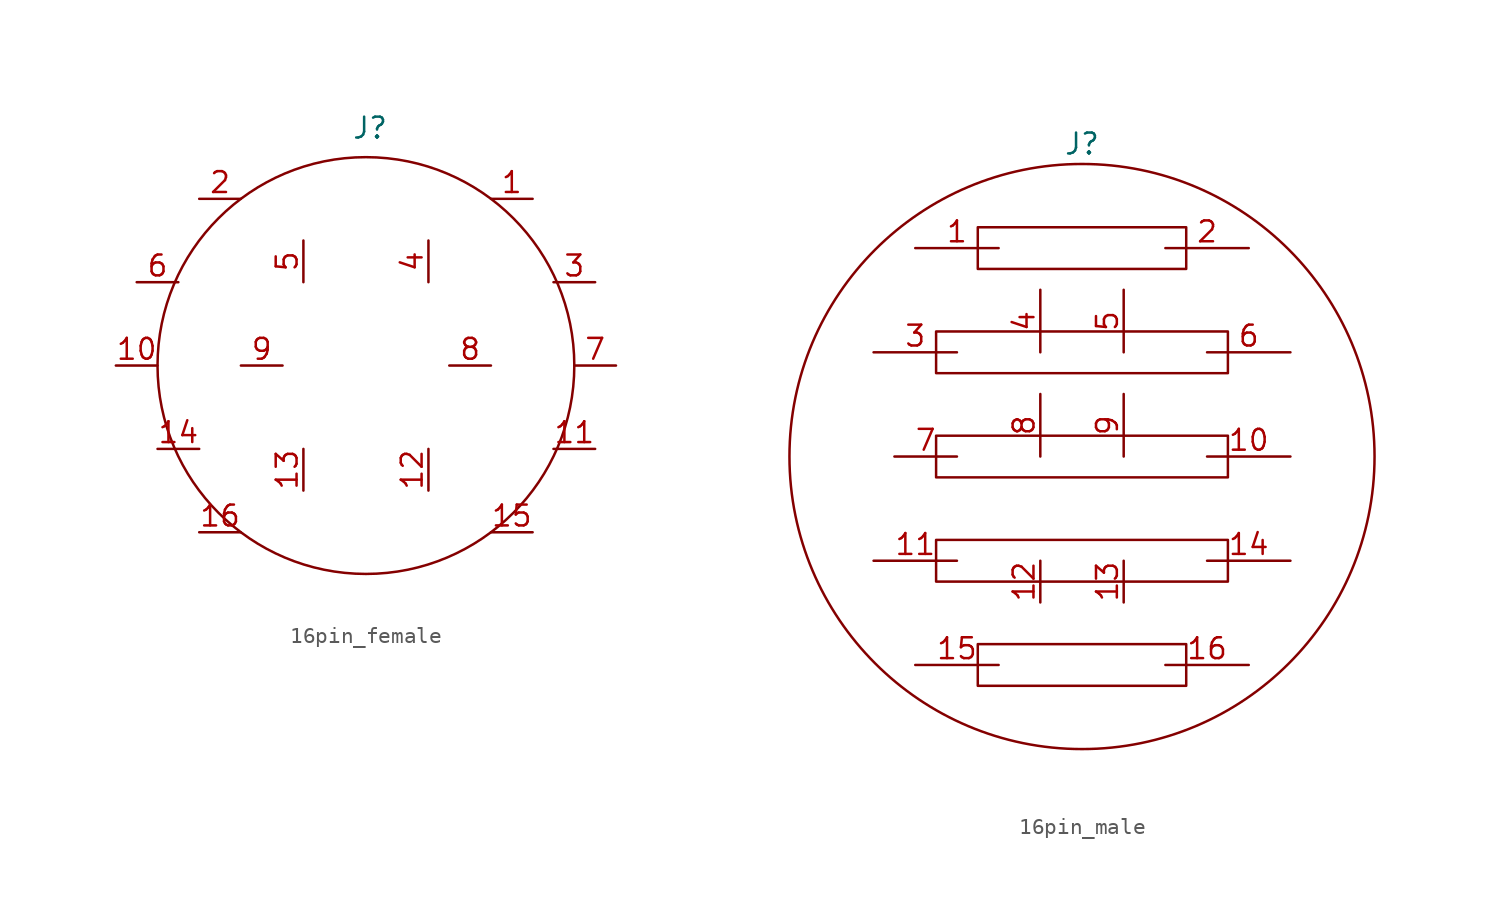
<source format=kicad_sym>
(kicad_symbol_lib
  (version 20241209)
  (generator "kicad_symbol_editor")
  (generator_version "9.0")
  (symbol "16pin_female"
    (property "Reference" "J"
      (at 0.254 14.478 0)
      (effects (font (size 1.27 1.27))))
    (property "Value" ""
      (at 0 0 0)
      (effects (font (size 1.27 1.27))))
    (symbol "16pin_female_0_1"
      (circle (center 0 0) (radius 12.7) (stroke (width 0) (type default)) (fill (type none))))
    (symbol "16pin_female_1_1"
      (pin input line (at -12.7 0 180) (length 2.54) (name "" (effects (font (size 1.27 1.27)))) (number "10" (effects (font (size 1.27 1.27)))))
      (pin input line (at -11.43 5.08 180) (length 2.54) (name "" (effects (font (size 1.27 1.27)))) (number "6" (effects (font (size 1.27 1.27)))))
      (pin input line (at -10.16 -5.08 180) (length 2.54) (name "" (effects (font (size 1.27 1.27)))) (number "14" (effects (font (size 1.27 1.27)))))
      (pin input line (at -7.62 10.16 180) (length 2.54) (name "" (effects (font (size 1.27 1.27)))) (number "2" (effects (font (size 1.27 1.27)))))
      (pin input line (at -7.62 -10.16 180) (length 2.54) (name "" (effects (font (size 1.27 1.27)))) (number "16" (effects (font (size 1.27 1.27)))))
      (pin input line (at -5.08 0 180) (length 2.54) (name "" (effects (font (size 1.27 1.27)))) (number "9" (effects (font (size 1.27 1.27)))))
      (pin input line (at -3.81 5.08 90) (length 2.54) (name "" (effects (font (size 1.27 1.27)))) (number "5" (effects (font (size 1.27 1.27)))))
      (pin input line (at -3.81 -5.08 270) (length 2.54) (name "" (effects (font (size 1.27 1.27)))) (number "13" (effects (font (size 1.27 1.27)))))
      (pin input line (at 3.81 5.08 90) (length 2.54) (name "" (effects (font (size 1.27 1.27)))) (number "4" (effects (font (size 1.27 1.27)))))
      (pin input line (at 3.81 -5.08 270) (length 2.54) (name "" (effects (font (size 1.27 1.27)))) (number "12" (effects (font (size 1.27 1.27)))))
      (pin input line (at 5.08 0 0) (length 2.54) (name "" (effects (font (size 1.27 1.27)))) (number "8" (effects (font (size 1.27 1.27)))))
      (pin input line (at 7.62 10.16 0) (length 2.54) (name "" (effects (font (size 1.27 1.27)))) (number "1" (effects (font (size 1.27 1.27)))))
      (pin input line (at 7.62 -10.16 0) (length 2.54) (name "" (effects (font (size 1.27 1.27)))) (number "15" (effects (font (size 1.27 1.27)))))
      (pin input line (at 11.43 5.08 0) (length 2.54) (name "" (effects (font (size 1.27 1.27)))) (number "3" (effects (font (size 1.27 1.27)))))
      (pin input line (at 11.43 -5.08 0) (length 2.54) (name "" (effects (font (size 1.27 1.27)))) (number "11" (effects (font (size 1.27 1.27)))))
      (pin input line (at 12.7 0 0) (length 2.54) (name "" (effects (font (size 1.27 1.27)))) (number "7" (effects (font (size 1.27 1.27)))))))
  (symbol "16pin_male"
    (property "Reference" "J"
      (at 0 0 0)
      (effects (font (size 1.27 1.27))))
    (property "Value" ""
      (at 0 0 0)
      (effects (font (size 1.27 1.27))))
    (symbol "16pin_male_0_1"
      (rectangle (start -8.89 -11.43) (end 8.89 -13.97) (stroke (width 0) (type default)) (fill (type none)))
      (rectangle (start -8.89 -17.78) (end 8.89 -20.32) (stroke (width 0) (type default)) (fill (type none)))
      (rectangle (start -8.89 -24.13) (end 8.89 -26.67) (stroke (width 0) (type default)) (fill (type none)))
      (rectangle (start -6.35 -5.08) (end 6.35 -7.62) (stroke (width 0) (type default)) (fill (type none)))
      (rectangle (start -6.35 -30.48) (end 6.35 -33.02) (stroke (width 0) (type default)) (fill (type none)))
      (circle (center 0 -19.05) (radius 17.825) (stroke (width 0) (type default)) (fill (type none))))
    (symbol "16pin_male_1_1"
      (pin output line (at -7.62 -12.7 180) (length 5.08) (name "" (effects (font (size 1.27 1.27)))) (number "3" (effects (font (size 1.27 1.27)))))
      (pin output line (at -7.62 -19.05 180) (length 3.81) (name "" (effects (font (size 1.27 1.27)))) (number "7" (effects (font (size 1.27 1.27)))))
      (pin output line (at -7.62 -25.4 180) (length 5.08) (name "" (effects (font (size 1.27 1.27)))) (number "11" (effects (font (size 1.27 1.27)))))
      (pin output line (at -5.08 -6.35 180) (length 5.08) (name "" (effects (font (size 1.27 1.27)))) (number "1" (effects (font (size 1.27 1.27)))))
      (pin output line (at -5.08 -31.75 180) (length 5.08) (name "" (effects (font (size 1.27 1.27)))) (number "15" (effects (font (size 1.27 1.27)))))
      (pin output line (at -2.54 -12.7 90) (length 3.81) (name "" (effects (font (size 1.27 1.27)))) (number "4" (effects (font (size 1.27 1.27)))))
      (pin output line (at -2.54 -19.05 90) (length 3.81) (name "" (effects (font (size 1.27 1.27)))) (number "8" (effects (font (size 1.27 1.27)))))
      (pin output line (at -2.54 -25.4 270) (length 2.54) (name "" (effects (font (size 1.27 1.27)))) (number "12" (effects (font (size 1.27 1.27)))))
      (pin output line (at 2.54 -12.7 90) (length 3.81) (name "" (effects (font (size 1.27 1.27)))) (number "5" (effects (font (size 1.27 1.27)))))
      (pin output line (at 2.54 -19.05 90) (length 3.81) (name "" (effects (font (size 1.27 1.27)))) (number "9" (effects (font (size 1.27 1.27)))))
      (pin output line (at 2.54 -25.4 270) (length 2.54) (name "" (effects (font (size 1.27 1.27)))) (number "13" (effects (font (size 1.27 1.27)))))
      (pin output line (at 5.08 -6.35 0) (length 5.08) (name "" (effects (font (size 1.27 1.27)))) (number "2" (effects (font (size 1.27 1.27)))))
      (pin output line (at 5.08 -31.75 0) (length 5.08) (name "" (effects (font (size 1.27 1.27)))) (number "16" (effects (font (size 1.27 1.27)))))
      (pin output line (at 7.62 -12.7 0) (length 5.08) (name "" (effects (font (size 1.27 1.27)))) (number "6" (effects (font (size 1.27 1.27)))))
      (pin output line (at 7.62 -19.05 0) (length 5.08) (name "" (effects (font (size 1.27 1.27)))) (number "10" (effects (font (size 1.27 1.27)))))
      (pin output line (at 7.62 -25.4 0) (length 5.08) (name "" (effects (font (size 1.27 1.27)))) (number "14" (effects (font (size 1.27 1.27))))))))
</source>
